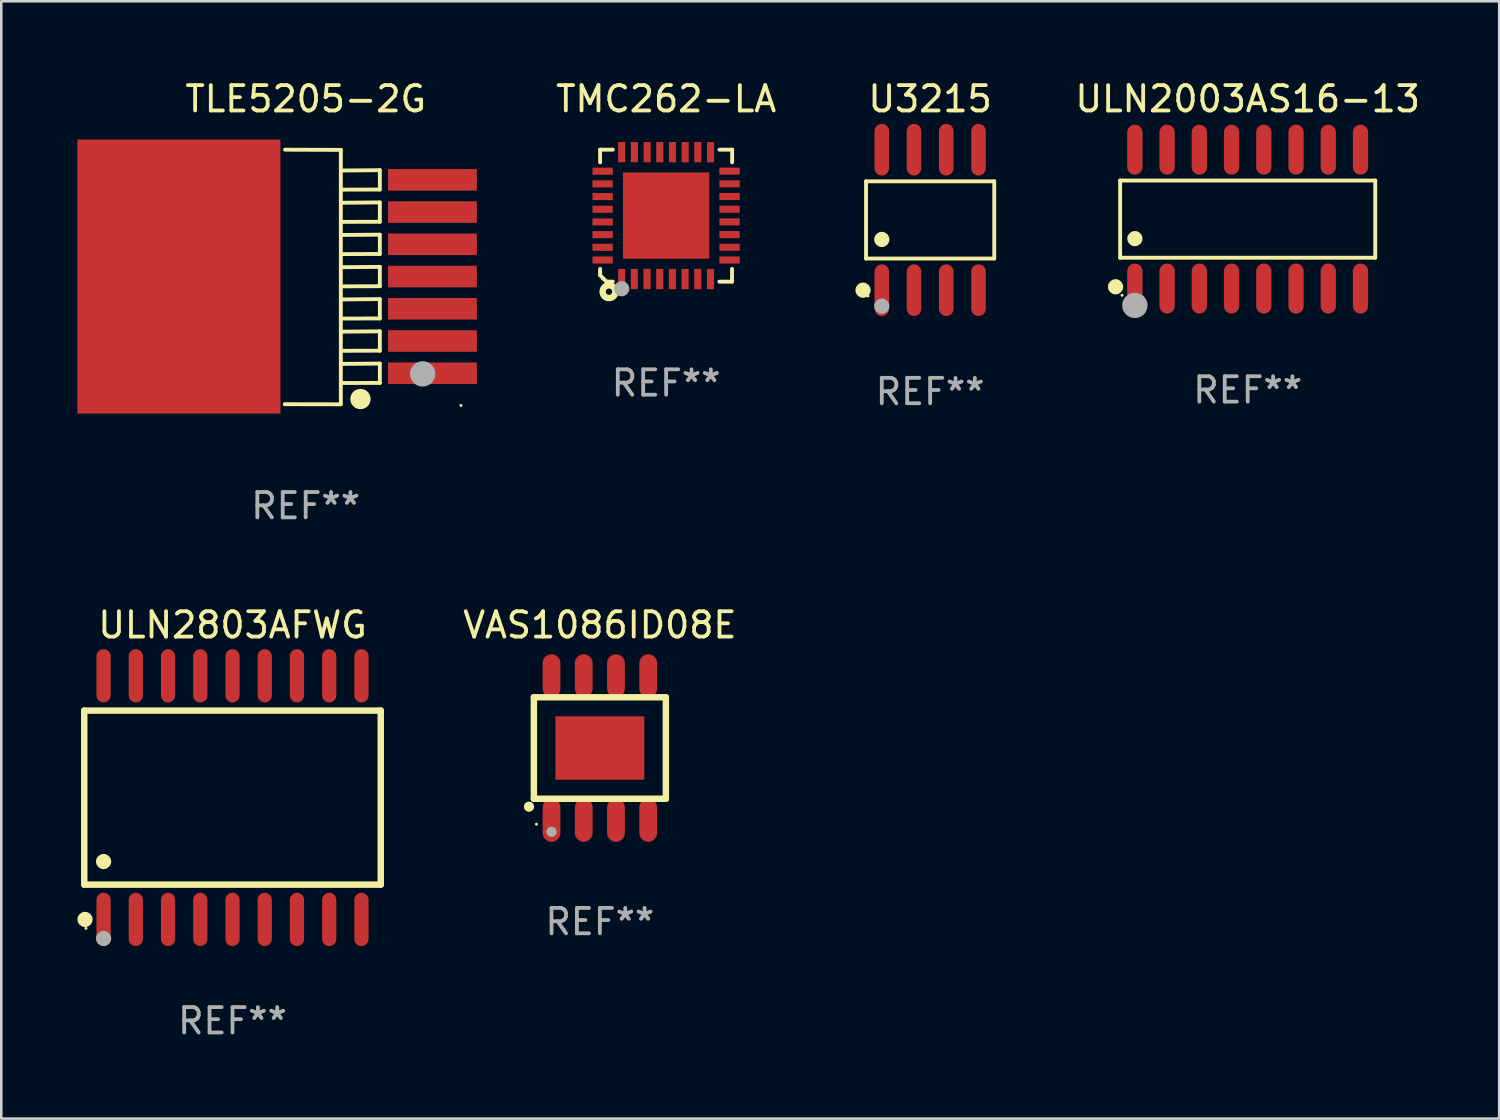
<source format=kicad_pcb>
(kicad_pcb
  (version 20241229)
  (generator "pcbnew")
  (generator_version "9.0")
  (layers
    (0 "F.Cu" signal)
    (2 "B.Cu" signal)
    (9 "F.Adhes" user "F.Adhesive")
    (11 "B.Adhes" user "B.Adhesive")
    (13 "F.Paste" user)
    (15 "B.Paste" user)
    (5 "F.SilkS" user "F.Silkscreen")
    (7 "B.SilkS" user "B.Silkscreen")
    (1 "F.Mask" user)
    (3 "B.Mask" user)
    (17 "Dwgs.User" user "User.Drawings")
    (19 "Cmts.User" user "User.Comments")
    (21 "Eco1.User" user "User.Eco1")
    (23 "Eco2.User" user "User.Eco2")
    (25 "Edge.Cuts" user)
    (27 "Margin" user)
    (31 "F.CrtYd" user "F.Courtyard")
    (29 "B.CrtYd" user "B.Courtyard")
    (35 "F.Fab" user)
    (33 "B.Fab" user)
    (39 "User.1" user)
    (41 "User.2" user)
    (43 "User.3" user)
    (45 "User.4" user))
  (footprint "ULN2003AS16-13"
    (layer "F.Cu")
    (at 46.114 5.584)
    (property "Reference" "ULN2003AS16-13" (at 0 -4.736 0) (layer "F.SilkS") (effects (font (size 1 1) (thickness 0.15))))
    (attr through_hole)
    (fp_line (start -5.026 -1.521) (end 5.026 -1.521) (stroke (width 0.152) (type solid)) (layer "F.SilkS"))
    (fp_line (start -5.026 1.521) (end -5.026 -1.521) (stroke (width 0.152) (type solid)) (layer "F.SilkS"))
    (fp_line (start 5.026 -1.521) (end 5.026 1.521) (stroke (width 0.152) (type solid)) (layer "F.SilkS"))
    (fp_line (start 5.026 1.521) (end -5.026 1.521) (stroke (width 0.152) (type solid)) (layer "F.SilkS"))
    (fp_circle (center -5.207 2.667) (end -5.057 2.667) (stroke (width 0.3) (type solid)) (fill no) (layer "F.SilkS"))
    (fp_circle (center -4.95 3) (end -4.92 3) (stroke (width 0.06) (type solid)) (fill no) (layer "F.SilkS"))
    (fp_circle (center -4.445 0.769) (end -4.295 0.769) (stroke (width 0.3) (type solid)) (fill no) (layer "F.SilkS"))
    (fp_circle (center -4.445 3.4) (end -4.195 3.4) (stroke (width 0.5) (type solid)) (fill no) (layer "F.Fab"))
    (fp_text user "REF**" (at 0 6.736 0) (layer "F.Fab") (effects (font (size 1 1) (thickness 0.15))))
    (pad "1" smd oval (at -4.445 2.736) (size 0.602 1.971) (layers "F.Cu" "F.Mask" "F.Paste"))
    (pad "2" smd oval (at -3.175 2.736) (size 0.602 1.971) (layers "F.Cu" "F.Mask" "F.Paste"))
    (pad "3" smd oval (at -1.905 2.736) (size 0.602 1.971) (layers "F.Cu" "F.Mask" "F.Paste"))
    (pad "4" smd oval (at -0.635 2.736) (size 0.602 1.971) (layers "F.Cu" "F.Mask" "F.Paste"))
    (pad "5" smd oval (at 0.635 2.736) (size 0.602 1.971) (layers "F.Cu" "F.Mask" "F.Paste"))
    (pad "6" smd oval (at 1.905 2.736) (size 0.602 1.971) (layers "F.Cu" "F.Mask" "F.Paste"))
    (pad "7" smd oval (at 3.175 2.736) (size 0.602 1.971) (layers "F.Cu" "F.Mask" "F.Paste"))
    (pad "8" smd oval (at 4.445 2.736) (size 0.602 1.971) (layers "F.Cu" "F.Mask" "F.Paste"))
    (pad "9" smd oval (at 4.445 -2.736) (size 0.602 1.971) (layers "F.Cu" "F.Mask" "F.Paste"))
    (pad "10" smd oval (at 3.175 -2.736) (size 0.602 1.971) (layers "F.Cu" "F.Mask" "F.Paste"))
    (pad "11" smd oval (at 1.905 -2.736) (size 0.602 1.971) (layers "F.Cu" "F.Mask" "F.Paste"))
    (pad "12" smd oval (at 0.635 -2.736) (size 0.602 1.971) (layers "F.Cu" "F.Mask" "F.Paste"))
    (pad "13" smd oval (at -0.635 -2.736) (size 0.602 1.971) (layers "F.Cu" "F.Mask" "F.Paste"))
    (pad "14" smd oval (at -1.905 -2.736) (size 0.602 1.971) (layers "F.Cu" "F.Mask" "F.Paste"))
    (pad "15" smd oval (at -3.175 -2.736) (size 0.602 1.971) (layers "F.Cu" "F.Mask" "F.Paste"))
    (pad "16" smd oval (at -4.445 -2.736) (size 0.602 1.971) (layers "F.Cu" "F.Mask" "F.Paste")))
  (footprint "ULN2803AFWG"
    (layer "F.Cu")
    (at 6.112 28.379)
    (property "Reference" "ULN2803AFWG" (at 0 -6.8 0) (layer "F.SilkS") (effects (font (size 1 1) (thickness 0.15))))
    (attr through_hole)
    (fp_line (start -5.842 -3.429) (end -5.842 3.429) (stroke (width 0.254) (type solid)) (layer "F.SilkS"))
    (fp_line (start -5.842 3.429) (end 5.842 3.429) (stroke (width 0.254) (type solid)) (layer "F.SilkS"))
    (fp_line (start 5.842 -3.429) (end -5.842 -3.429) (stroke (width 0.254) (type solid)) (layer "F.SilkS"))
    (fp_line (start 5.842 3.429) (end 5.842 -3.429) (stroke (width 0.254) (type solid)) (layer "F.SilkS"))
    (fp_circle (center -5.812 4.8) (end -5.662 4.8) (stroke (width 0.3) (type solid)) (fill no) (layer "F.SilkS"))
    (fp_circle (center -5.775 5.15) (end -5.745 5.15) (stroke (width 0.06) (type solid)) (fill no) (layer "F.SilkS"))
    (fp_circle (center -5.08 2.519) (end -4.93 2.519) (stroke (width 0.3) (type solid)) (fill no) (layer "F.SilkS"))
    (fp_circle (center -5.08 5.55) (end -4.93 5.55) (stroke (width 0.3) (type solid)) (fill no) (layer "F.Fab"))
    (fp_text user "REF**" (at 0 8.8 0) (layer "F.Fab") (effects (font (size 1 1) (thickness 0.15))))
    (pad "1" smd oval (at -5.08 4.8) (size 0.56 2.1) (layers "F.Cu" "F.Mask" "F.Paste"))
    (pad "2" smd oval (at -3.81 4.8) (size 0.56 2.1) (layers "F.Cu" "F.Mask" "F.Paste"))
    (pad "3" smd oval (at -2.54 4.8) (size 0.56 2.1) (layers "F.Cu" "F.Mask" "F.Paste"))
    (pad "4" smd oval (at -1.27 4.8) (size 0.56 2.1) (layers "F.Cu" "F.Mask" "F.Paste"))
    (pad "5" smd oval (at 0 4.8) (size 0.56 2.1) (layers "F.Cu" "F.Mask" "F.Paste"))
    (pad "6" smd oval (at 1.27 4.8) (size 0.56 2.1) (layers "F.Cu" "F.Mask" "F.Paste"))
    (pad "7" smd oval (at 2.54 4.8) (size 0.56 2.1) (layers "F.Cu" "F.Mask" "F.Paste"))
    (pad "8" smd oval (at 3.81 4.8) (size 0.56 2.1) (layers "F.Cu" "F.Mask" "F.Paste"))
    (pad "9" smd oval (at 5.08 4.8) (size 0.56 2.1) (layers "F.Cu" "F.Mask" "F.Paste"))
    (pad "10" smd oval (at 5.08 -4.8) (size 0.56 2.1) (layers "F.Cu" "F.Mask" "F.Paste"))
    (pad "11" smd oval (at 3.81 -4.8) (size 0.56 2.1) (layers "F.Cu" "F.Mask" "F.Paste"))
    (pad "12" smd oval (at 2.54 -4.8) (size 0.56 2.1) (layers "F.Cu" "F.Mask" "F.Paste"))
    (pad "13" smd oval (at 1.27 -4.8) (size 0.56 2.1) (layers "F.Cu" "F.Mask" "F.Paste"))
    (pad "14" smd oval (at 0 -4.8) (size 0.56 2.1) (layers "F.Cu" "F.Mask" "F.Paste"))
    (pad "15" smd oval (at -1.27 -4.8) (size 0.56 2.1) (layers "F.Cu" "F.Mask" "F.Paste"))
    (pad "16" smd oval (at -2.54 -4.8) (size 0.56 2.1) (layers "F.Cu" "F.Mask" "F.Paste"))
    (pad "17" smd oval (at -3.81 -4.8) (size 0.56 2.1) (layers "F.Cu" "F.Mask" "F.Paste"))
    (pad "18" smd oval (at -5.08 -4.8) (size 0.56 2.1) (layers "F.Cu" "F.Mask" "F.Paste")))
  (footprint "TMC262-LA"
    (layer "F.Cu")
    (at 23.198 5.448)
    (property "Reference" "TMC262-LA" (at 0 -4.6 0) (layer "F.SilkS") (effects (font (size 1 1) (thickness 0.15))))
    (attr through_hole)
    (fp_line (start -2.601 2.097) (end -2.601 2.347) (stroke (width 0.152) (type solid)) (layer "F.SilkS"))
    (fp_line (start -2.601 2.347) (end -2.351 2.597) (stroke (width 0.152) (type solid)) (layer "F.SilkS"))
    (fp_line (start -2.601 -2.6) (end -2.601 -2.1) (stroke (width 0.152) (type solid)) (layer "F.SilkS"))
    (fp_line (start -2.601 -2.6) (end -2.101 -2.6) (stroke (width 0.152) (type solid)) (layer "F.SilkS"))
    (fp_line (start -2.351 2.597) (end -2.101 2.597) (stroke (width 0.152) (type solid)) (layer "F.SilkS"))
    (fp_line (start 2.597 2.6) (end 2.097 2.6) (stroke (width 0.152) (type solid)) (layer "F.SilkS"))
    (fp_line (start 2.597 2.6) (end 2.597 2.1) (stroke (width 0.152) (type solid)) (layer "F.SilkS"))
    (fp_line (start 2.601 -2.6) (end 2.101 -2.6) (stroke (width 0.152) (type solid)) (layer "F.SilkS"))
    (fp_line (start 2.601 -2.6) (end 2.601 -2.1) (stroke (width 0.152) (type solid)) (layer "F.SilkS"))
    (fp_circle (center -2.501 2.497) (end -2.471 2.497) (stroke (width 0.06) (type solid)) (fill no) (layer "F.SilkS"))
    (fp_circle (center -2.25 2.995) (end -2.125 2.995) (stroke (width 0.254) (type solid)) (fill no) (layer "F.SilkS"))
    (fp_circle (center -1.751 2.878) (end -1.601 2.878) (stroke (width 0.3) (type solid)) (fill no) (layer "F.Fab"))
    (fp_text user "REF**" (at 0 6.6 0) (layer "F.Fab") (effects (font (size 1 1) (thickness 0.15))))
    (pad "1" smd rect (at -1.751 2.497) (size 0.28 0.8) (layers "F.Cu" "F.Mask" "F.Paste"))
    (pad "2" smd rect (at -1.253 2.497) (size 0.28 0.8) (layers "F.Cu" "F.Mask" "F.Paste"))
    (pad "3" smd rect (at -0.753 2.497) (size 0.28 0.8) (layers "F.Cu" "F.Mask" "F.Paste"))
    (pad "4" smd rect (at -0.253 2.497) (size 0.28 0.8) (layers "F.Cu" "F.Mask" "F.Paste"))
    (pad "5" smd rect (at 0.247 2.497) (size 0.28 0.8) (layers "F.Cu" "F.Mask" "F.Paste"))
    (pad "6" smd rect (at 0.747 2.497) (size 0.28 0.8) (layers "F.Cu" "F.Mask" "F.Paste"))
    (pad "7" smd rect (at 1.247 2.497) (size 0.28 0.8) (layers "F.Cu" "F.Mask" "F.Paste"))
    (pad "8" smd rect (at 1.747 2.497) (size 0.28 0.8) (layers "F.Cu" "F.Mask" "F.Paste"))
    (pad "9" smd rect (at 2.499 1.746) (size 0.8 0.28) (layers "F.Cu" "F.Mask" "F.Paste"))
    (pad "10" smd rect (at 2.499 1.245) (size 0.8 0.28) (layers "F.Cu" "F.Mask" "F.Paste"))
    (pad "11" smd rect (at 2.499 0.746) (size 0.8 0.28) (layers "F.Cu" "F.Mask" "F.Paste"))
    (pad "12" smd rect (at 2.499 0.245) (size 0.8 0.28) (layers "F.Cu" "F.Mask" "F.Paste"))
    (pad "13" smd rect (at 2.499 -0.254) (size 0.8 0.28) (layers "F.Cu" "F.Mask" "F.Paste"))
    (pad "14" smd rect (at 2.499 -0.755) (size 0.8 0.28) (layers "F.Cu" "F.Mask" "F.Paste"))
    (pad "15" smd rect (at 2.499 -1.254) (size 0.8 0.28) (layers "F.Cu" "F.Mask" "F.Paste"))
    (pad "16" smd rect (at 2.499 -1.755) (size 0.8 0.28) (layers "F.Cu" "F.Mask" "F.Paste"))
    (pad "17" smd rect (at 1.75 -2.502) (size 0.28 0.8) (layers "F.Cu" "F.Mask" "F.Paste"))
    (pad "18" smd rect (at 1.25 -2.502) (size 0.28 0.8) (layers "F.Cu" "F.Mask" "F.Paste"))
    (pad "19" smd rect (at 0.75 -2.502) (size 0.28 0.8) (layers "F.Cu" "F.Mask" "F.Paste"))
    (pad "20" smd rect (at 0.25 -2.502) (size 0.28 0.8) (layers "F.Cu" "F.Mask" "F.Paste"))
    (pad "21" smd rect (at -0.25 -2.502) (size 0.28 0.8) (layers "F.Cu" "F.Mask" "F.Paste"))
    (pad "22" smd rect (at -0.75 -2.502) (size 0.28 0.8) (layers "F.Cu" "F.Mask" "F.Paste"))
    (pad "23" smd rect (at -1.25 -2.502) (size 0.28 0.8) (layers "F.Cu" "F.Mask" "F.Paste"))
    (pad "24" smd rect (at -1.75 -2.502) (size 0.28 0.8) (layers "F.Cu" "F.Mask" "F.Paste"))
    (pad "25" smd rect (at -2.501 -1.753) (size 0.8 0.28) (layers "F.Cu" "F.Mask" "F.Paste"))
    (pad "26" smd rect (at -2.501 -1.252) (size 0.8 0.28) (layers "F.Cu" "F.Mask" "F.Paste"))
    (pad "27" smd rect (at -2.501 -0.753) (size 0.8 0.28) (layers "F.Cu" "F.Mask" "F.Paste"))
    (pad "28" smd rect (at -2.501 -0.252) (size 0.8 0.28) (layers "F.Cu" "F.Mask" "F.Paste"))
    (pad "29" smd rect (at -2.501 0.247) (size 0.8 0.28) (layers "F.Cu" "F.Mask" "F.Paste"))
    (pad "30" smd rect (at -2.501 0.748) (size 0.8 0.28) (layers "F.Cu" "F.Mask" "F.Paste"))
    (pad "31" smd rect (at -2.501 1.247) (size 0.8 0.28) (layers "F.Cu" "F.Mask" "F.Paste"))
    (pad "32" smd rect (at -2.501 1.748) (size 0.8 0.28) (layers "F.Cu" "F.Mask" "F.Paste"))
    (pad "33" smd rect (at -0.001 -0.003 180) (size 3.4 3.4) (layers "F.Cu" "F.Mask" "F.Paste")))
  (footprint "TLE5205-2G"
    (layer "F.Cu")
    (at 8.995 7.865)
    (property "Reference" "TLE5205-2G" (at 0 -7.017 0) (layer "F.SilkS") (effects (font (size 1 1) (thickness 0.15))))
    (attr through_hole)
    (fp_line (start 1.375 5.017) (end -0.825 5.012) (stroke (width 0.152) (type solid)) (layer "F.SilkS"))
    (fp_line (start 1.385 -3.442) (end 2.922 -3.447) (stroke (width 0.152) (type solid)) (layer "F.SilkS"))
    (fp_line (start 1.385 -2.172) (end 2.922 -2.177) (stroke (width 0.152) (type solid)) (layer "F.SilkS"))
    (fp_line (start 1.385 -0.902) (end 2.922 -0.907) (stroke (width 0.152) (type solid)) (layer "F.SilkS"))
    (fp_line (start 1.385 0.368) (end 2.922 0.363) (stroke (width 0.152) (type solid)) (layer "F.SilkS"))
    (fp_line (start 1.385 1.638) (end 2.922 1.633) (stroke (width 0.152) (type solid)) (layer "F.SilkS"))
    (fp_line (start 1.385 2.908) (end 2.922 2.903) (stroke (width 0.152) (type solid)) (layer "F.SilkS"))
    (fp_line (start 1.385 4.178) (end 2.922 4.173) (stroke (width 0.152) (type solid)) (layer "F.SilkS"))
    (fp_line (start 1.385 -5.009) (end -0.815 -5.017) (stroke (width 0.152) (type solid)) (layer "F.SilkS"))
    (fp_line (start 1.385 -5.009) (end 1.385 5.011) (stroke (width 0.152) (type solid)) (layer "F.SilkS"))
    (fp_line (start 2.922 -4.209) (end 1.385 -4.196) (stroke (width 0.152) (type solid)) (layer "F.SilkS"))
    (fp_line (start 2.922 -3.447) (end 2.922 -4.209) (stroke (width 0.152) (type solid)) (layer "F.SilkS"))
    (fp_line (start 2.922 -2.939) (end 1.385 -2.926) (stroke (width 0.152) (type solid)) (layer "F.SilkS"))
    (fp_line (start 2.922 -2.177) (end 2.922 -2.939) (stroke (width 0.152) (type solid)) (layer "F.SilkS"))
    (fp_line (start 2.922 -1.669) (end 1.385 -1.656) (stroke (width 0.152) (type solid)) (layer "F.SilkS"))
    (fp_line (start 2.922 -0.907) (end 2.922 -1.669) (stroke (width 0.152) (type solid)) (layer "F.SilkS"))
    (fp_line (start 2.922 -0.399) (end 1.385 -0.386) (stroke (width 0.152) (type solid)) (layer "F.SilkS"))
    (fp_line (start 2.922 0.363) (end 2.922 -0.399) (stroke (width 0.152) (type solid)) (layer "F.SilkS"))
    (fp_line (start 2.922 0.871) (end 1.385 0.884) (stroke (width 0.152) (type solid)) (layer "F.SilkS"))
    (fp_line (start 2.922 1.633) (end 2.922 0.871) (stroke (width 0.152) (type solid)) (layer "F.SilkS"))
    (fp_line (start 2.922 2.141) (end 1.385 2.154) (stroke (width 0.152) (type solid)) (layer "F.SilkS"))
    (fp_line (start 2.922 2.903) (end 2.922 2.141) (stroke (width 0.152) (type solid)) (layer "F.SilkS"))
    (fp_line (start 2.922 3.411) (end 1.385 3.424) (stroke (width 0.152) (type solid)) (layer "F.SilkS"))
    (fp_line (start 2.922 4.173) (end 2.922 3.411) (stroke (width 0.152) (type solid)) (layer "F.SilkS"))
    (fp_circle (center 2.159 4.808) (end 2.359 4.808) (stroke (width 0.4) (type solid)) (fill no) (layer "F.SilkS"))
    (fp_circle (center 6.118 5.062) (end 6.148 5.062) (stroke (width 0.06) (type solid)) (fill no) (layer "F.SilkS"))
    (fp_circle (center 4.61 3.817) (end 4.86 3.817) (stroke (width 0.5) (type solid)) (fill no) (layer "F.Fab"))
    (fp_text user "REF**" (at 0 9.017 0) (layer "F.Fab") (effects (font (size 1 1) (thickness 0.15))))
    (pad "1" smd rect (at 4.995 3.792) (size 3.5 0.85) (layers "F.Cu" "F.Mask" "F.Paste"))
    (pad "2" smd rect (at 4.995 2.522) (size 3.5 0.85) (layers "F.Cu" "F.Mask" "F.Paste"))
    (pad "3" smd rect (at 4.995 1.252) (size 3.5 0.85) (layers "F.Cu" "F.Mask" "F.Paste"))
    (pad "4" smd rect (at 4.995 -0.018) (size 3.5 0.85) (layers "F.Cu" "F.Mask" "F.Paste"))
    (pad "5" smd rect (at 4.995 -1.288) (size 3.5 0.85) (layers "F.Cu" "F.Mask" "F.Paste"))
    (pad "6" smd rect (at 4.995 -2.558) (size 3.5 0.85) (layers "F.Cu" "F.Mask" "F.Paste"))
    (pad "7" smd rect (at 4.995 -3.828) (size 3.5 0.85) (layers "F.Cu" "F.Mask" "F.Paste"))
    (pad "8" smd rect (at -4.995 -0.018) (size 8 10.8) (layers "F.Cu" "F.Mask" "F.Paste")))
  (footprint "U3215"
    (layer "F.Cu")
    (at 33.601 5.616)
    (property "Reference" "U3215" (at 0 -4.768 0) (layer "F.SilkS") (effects (font (size 1 1) (thickness 0.15))))
    (attr through_hole)
    (fp_line (start -2.526 -1.521) (end 2.526 -1.521) (stroke (width 0.152) (type solid)) (layer "F.SilkS"))
    (fp_line (start -2.526 1.521) (end -2.526 -1.521) (stroke (width 0.152) (type solid)) (layer "F.SilkS"))
    (fp_line (start 2.526 -1.521) (end 2.526 1.521) (stroke (width 0.152) (type solid)) (layer "F.SilkS"))
    (fp_line (start 2.526 1.521) (end -2.526 1.521) (stroke (width 0.152) (type solid)) (layer "F.SilkS"))
    (fp_circle (center -2.644 2.768) (end -2.494 2.768) (stroke (width 0.3) (type solid)) (fill no) (layer "F.SilkS"))
    (fp_circle (center -2.45 2.998) (end -2.42 2.998) (stroke (width 0.06) (type solid)) (fill no) (layer "F.SilkS"))
    (fp_circle (center -1.905 0.769) (end -1.755 0.769) (stroke (width 0.3) (type solid)) (fill no) (layer "F.SilkS"))
    (fp_circle (center -1.905 3.398) (end -1.755 3.398) (stroke (width 0.3) (type solid)) (fill no) (layer "F.Fab"))
    (fp_text user "REF**" (at 0 6.768 0) (layer "F.Fab") (effects (font (size 1 1) (thickness 0.15))))
    (pad "1" smd oval (at -1.905 2.768) (size 0.574 2.036) (layers "F.Cu" "F.Mask" "F.Paste"))
    (pad "2" smd oval (at -0.635 2.768) (size 0.574 2.036) (layers "F.Cu" "F.Mask" "F.Paste"))
    (pad "3" smd oval (at 0.635 2.768) (size 0.574 2.036) (layers "F.Cu" "F.Mask" "F.Paste"))
    (pad "4" smd oval (at 1.905 2.768) (size 0.574 2.036) (layers "F.Cu" "F.Mask" "F.Paste"))
    (pad "5" smd oval (at 1.905 -2.768) (size 0.574 2.036) (layers "F.Cu" "F.Mask" "F.Paste"))
    (pad "6" smd oval (at 0.635 -2.768) (size 0.574 2.036) (layers "F.Cu" "F.Mask" "F.Paste"))
    (pad "7" smd oval (at -0.635 -2.768) (size 0.574 2.036) (layers "F.Cu" "F.Mask" "F.Paste"))
    (pad "8" smd oval (at -1.905 -2.768) (size 0.574 2.036) (layers "F.Cu" "F.Mask" "F.Paste")))
  (footprint "VAS1086ID08E"
    (layer "F.Cu")
    (at 20.587 26.425)
    (property "Reference" "VAS1086ID08E" (at 0 -4.846 0) (layer "F.SilkS") (effects (font (size 1 1) (thickness 0.15))))
    (attr through_hole)
    (fp_line (start -2.6 -2) (end -2.6 2) (stroke (width 0.254) (type solid)) (layer "F.SilkS"))
    (fp_line (start -2.6 -2) (end 2.6 -2) (stroke (width 0.254) (type solid)) (layer "F.SilkS"))
    (fp_line (start -2.6 2) (end 2.6 2) (stroke (width 0.254) (type solid)) (layer "F.SilkS"))
    (fp_line (start 2.6 -2) (end 2.6 2) (stroke (width 0.254) (type solid)) (layer "F.SilkS"))
    (fp_arc (start -2.794006 2.311405) (mid -2.792736 2.311401) (end -2.791466 2.311405) (stroke (width 0.4) (type solid)) (layer "F.SilkS"))
    (fp_circle (center -2.5 3) (end -2.47 3) (stroke (width 0.06) (type solid)) (fill no) (layer "F.SilkS"))
    (fp_arc (start -1.905004 3.302007) (mid -1.903734 3.302003) (end -1.902464 3.302007) (stroke (width 0.4) (type solid)) (layer "F.Fab"))
    (fp_text user "REF**" (at 0 6.846 0) (layer "F.Fab") (effects (font (size 1 1) (thickness 0.15))))
    (pad "1" smd oval (at -1.905 2.846 180) (size 0.7 1.7) (layers "F.Cu" "F.Mask" "F.Paste"))
    (pad "2" smd oval (at -0.635 2.846 180) (size 0.7 1.7) (layers "F.Cu" "F.Mask" "F.Paste"))
    (pad "3" smd oval (at 0.635 2.846 180) (size 0.7 1.7) (layers "F.Cu" "F.Mask" "F.Paste"))
    (pad "4" smd oval (at 1.905 2.846 180) (size 0.7 1.7) (layers "F.Cu" "F.Mask" "F.Paste"))
    (pad "5" smd oval (at 1.905 -2.846 180) (size 0.7 1.7) (layers "F.Cu" "F.Mask" "F.Paste"))
    (pad "6" smd oval (at 0.635 -2.846 180) (size 0.7 1.7) (layers "F.Cu" "F.Mask" "F.Paste"))
    (pad "7" smd oval (at -0.635 -2.846 180) (size 0.7 1.7) (layers "F.Cu" "F.Mask" "F.Paste"))
    (pad "8" smd oval (at -1.905 -2.846 180) (size 0.7 1.7) (layers "F.Cu" "F.Mask" "F.Paste"))
    (pad "9" smd rect (at 0 0 270) (size 2.5 3.5) (layers "F.Cu" "F.Mask" "F.Paste")))
  (gr_rect
    (start -3 -3)
    (end 56.024 41.027)
    (stroke (width 0.1) (type default))
    (fill no)
    (layer "Edge.Cuts")))
</source>
